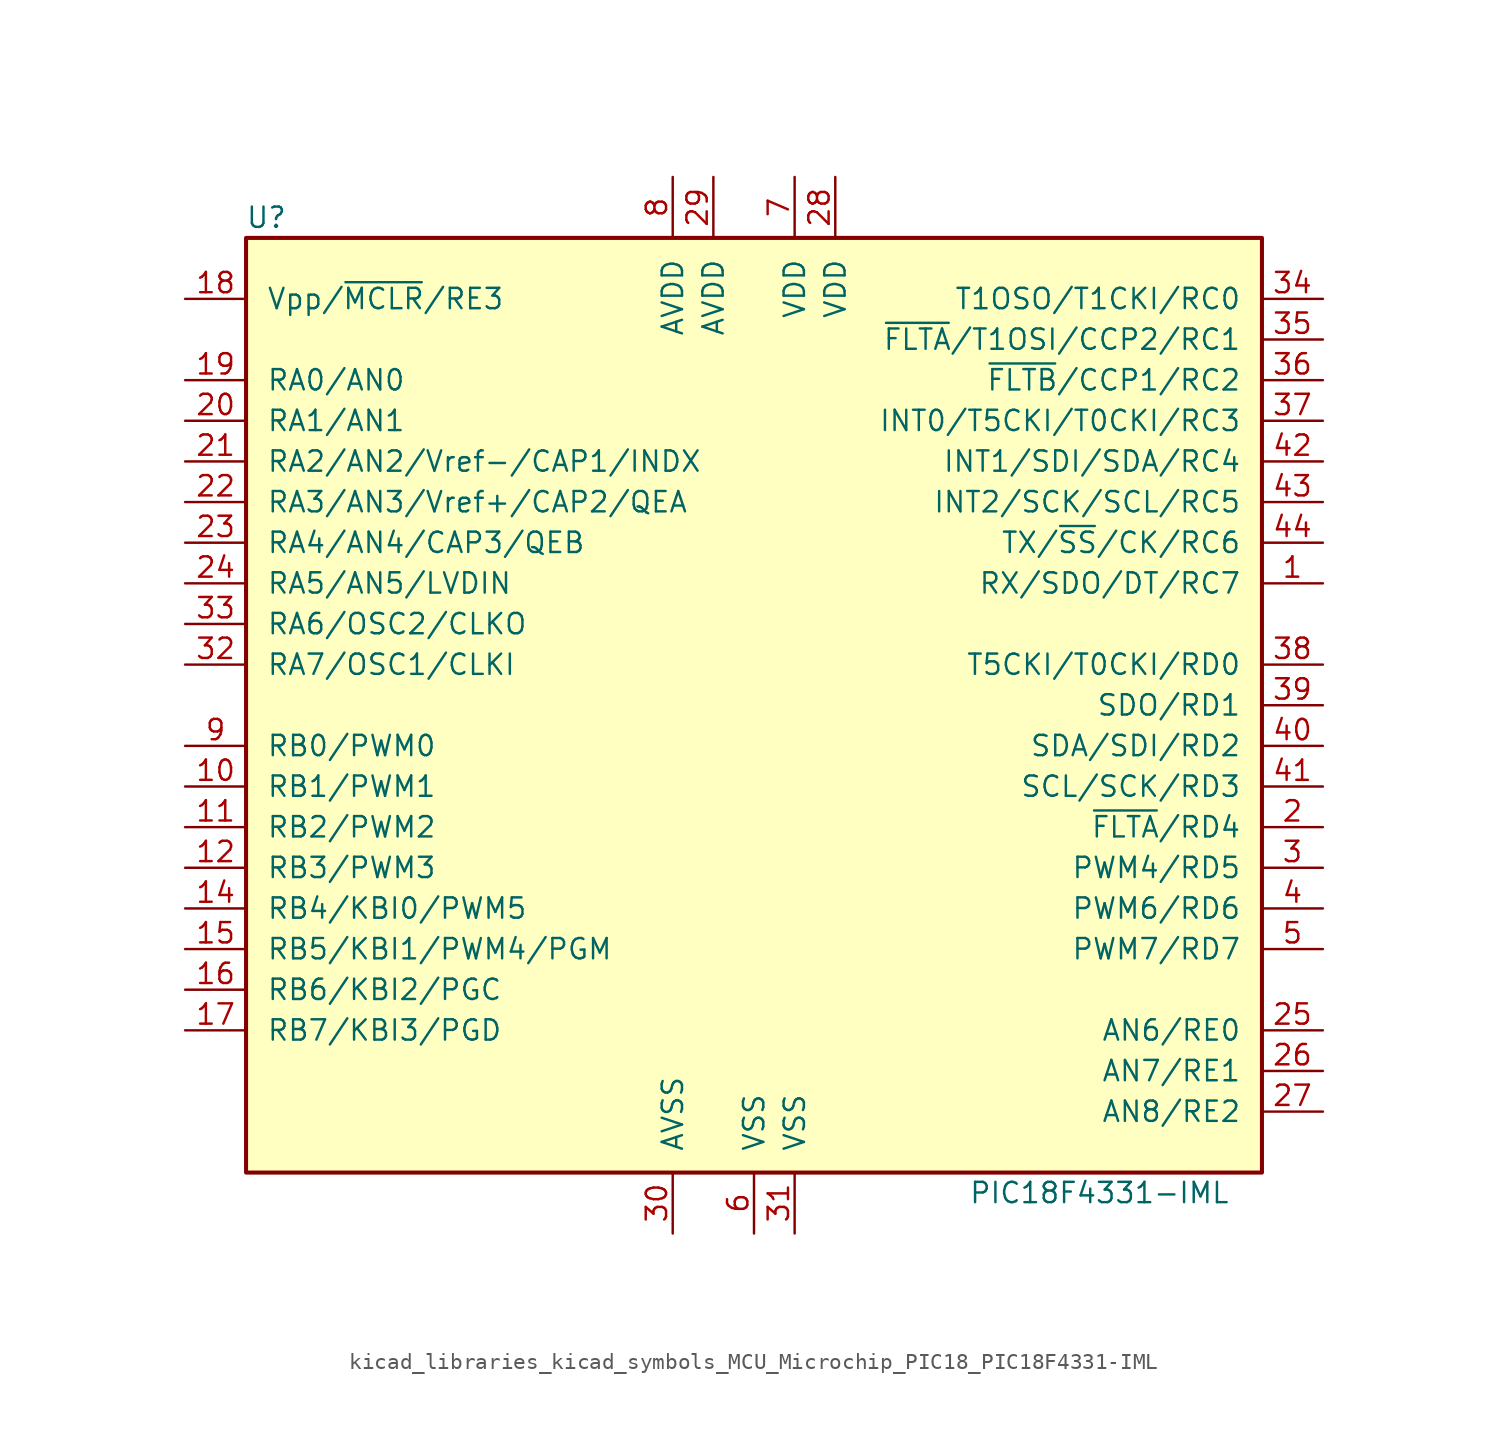
<source format=kicad_sym>
(kicad_symbol_lib
  (version 20220914)
  (generator kicad_symbol_editor)
  (symbol "kicad_libraries_kicad_symbols_MCU_Microchip_PIC18_PIC18F4331-IML"
    (pin_names
      (offset 1.27))
    (property "Reference" "U"
      (at -30.48 30.48 0)
      (effects (font (size 1.27 1.27))))
    (property "Value" "PIC18F4331-IML"
      (at 21.59 -30.48 0)
      (effects (font (size 1.27 1.27))))
    (symbol "kicad_libraries_kicad_symbols_MCU_Microchip_PIC18_PIC18F4331-IML_0_1"
      (rectangle (start -31.75 29.21) (end 31.75 -29.21) (stroke (width 0.254) (type default)) (fill (type background))))
    (symbol "kicad_libraries_kicad_symbols_MCU_Microchip_PIC18_PIC18F4331-IML_1_1"
      (pin bidirectional line (at 35.56 7.62 180) (length 3.81) (name "RX/SDO/DT/RC7" (effects (font (size 1.27 1.27)))) (number "1" (effects (font (size 1.27 1.27)))))
      (pin bidirectional line (at -35.56 -5.08 0) (length 3.81) (name "RB1/PWM1" (effects (font (size 1.27 1.27)))) (number "10" (effects (font (size 1.27 1.27)))))
      (pin bidirectional line (at -35.56 -7.62 0) (length 3.81) (name "RB2/PWM2" (effects (font (size 1.27 1.27)))) (number "11" (effects (font (size 1.27 1.27)))))
      (pin bidirectional line (at -35.56 -10.16 0) (length 3.81) (name "RB3/PWM3" (effects (font (size 1.27 1.27)))) (number "12" (effects (font (size 1.27 1.27)))))
      (pin no_connect line (at -10.16 -29.21 90) (length 3.81) hide (name "NC" (effects (font (size 1.27 1.27)))) (number "13" (effects (font (size 1.27 1.27)))))
      (pin bidirectional line (at -35.56 -12.7 0) (length 3.81) (name "RB4/KBI0/PWM5" (effects (font (size 1.27 1.27)))) (number "14" (effects (font (size 1.27 1.27)))))
      (pin bidirectional line (at -35.56 -15.24 0) (length 3.81) (name "RB5/KBI1/PWM4/PGM" (effects (font (size 1.27 1.27)))) (number "15" (effects (font (size 1.27 1.27)))))
      (pin bidirectional line (at -35.56 -17.78 0) (length 3.81) (name "RB6/KBI2/PGC" (effects (font (size 1.27 1.27)))) (number "16" (effects (font (size 1.27 1.27)))))
      (pin bidirectional line (at -35.56 -20.32 0) (length 3.81) (name "RB7/KBI3/PGD" (effects (font (size 1.27 1.27)))) (number "17" (effects (font (size 1.27 1.27)))))
      (pin input line (at -35.56 25.4 0) (length 3.81) (name "Vpp/~{MCLR}/RE3" (effects (font (size 1.27 1.27)))) (number "18" (effects (font (size 1.27 1.27)))))
      (pin bidirectional line (at -35.56 20.32 0) (length 3.81) (name "RA0/AN0" (effects (font (size 1.27 1.27)))) (number "19" (effects (font (size 1.27 1.27)))))
      (pin bidirectional line (at 35.56 -7.62 180) (length 3.81) (name "~{FLTA}/RD4" (effects (font (size 1.27 1.27)))) (number "2" (effects (font (size 1.27 1.27)))))
      (pin bidirectional line (at -35.56 17.78 0) (length 3.81) (name "RA1/AN1" (effects (font (size 1.27 1.27)))) (number "20" (effects (font (size 1.27 1.27)))))
      (pin bidirectional line (at -35.56 15.24 0) (length 3.81) (name "RA2/AN2/Vref-/CAP1/INDX" (effects (font (size 1.27 1.27)))) (number "21" (effects (font (size 1.27 1.27)))))
      (pin bidirectional line (at -35.56 12.7 0) (length 3.81) (name "RA3/AN3/Vref+/CAP2/QEA" (effects (font (size 1.27 1.27)))) (number "22" (effects (font (size 1.27 1.27)))))
      (pin bidirectional line (at -35.56 10.16 0) (length 3.81) (name "RA4/AN4/CAP3/QEB" (effects (font (size 1.27 1.27)))) (number "23" (effects (font (size 1.27 1.27)))))
      (pin bidirectional line (at -35.56 7.62 0) (length 3.81) (name "RA5/AN5/LVDIN" (effects (font (size 1.27 1.27)))) (number "24" (effects (font (size 1.27 1.27)))))
      (pin bidirectional line (at 35.56 -20.32 180) (length 3.81) (name "AN6/RE0" (effects (font (size 1.27 1.27)))) (number "25" (effects (font (size 1.27 1.27)))))
      (pin bidirectional line (at 35.56 -22.86 180) (length 3.81) (name "AN7/RE1" (effects (font (size 1.27 1.27)))) (number "26" (effects (font (size 1.27 1.27)))))
      (pin bidirectional line (at 35.56 -25.4 180) (length 3.81) (name "AN8/RE2" (effects (font (size 1.27 1.27)))) (number "27" (effects (font (size 1.27 1.27)))))
      (pin power_in line (at 5.08 33.02 270) (length 3.81) (name "VDD" (effects (font (size 1.27 1.27)))) (number "28" (effects (font (size 1.27 1.27)))))
      (pin power_in line (at -2.54 33.02 270) (length 3.81) (name "AVDD" (effects (font (size 1.27 1.27)))) (number "29" (effects (font (size 1.27 1.27)))))
      (pin bidirectional line (at 35.56 -10.16 180) (length 3.81) (name "PWM4/RD5" (effects (font (size 1.27 1.27)))) (number "3" (effects (font (size 1.27 1.27)))))
      (pin power_in line (at -5.08 -33.02 90) (length 3.81) (name "AVSS" (effects (font (size 1.27 1.27)))) (number "30" (effects (font (size 1.27 1.27)))))
      (pin power_in line (at 2.54 -33.02 90) (length 3.81) (name "VSS" (effects (font (size 1.27 1.27)))) (number "31" (effects (font (size 1.27 1.27)))))
      (pin bidirectional line (at -35.56 2.54 0) (length 3.81) (name "RA7/OSC1/CLKI" (effects (font (size 1.27 1.27)))) (number "32" (effects (font (size 1.27 1.27)))))
      (pin bidirectional line (at -35.56 5.08 0) (length 3.81) (name "RA6/OSC2/CLKO" (effects (font (size 1.27 1.27)))) (number "33" (effects (font (size 1.27 1.27)))))
      (pin bidirectional line (at 35.56 25.4 180) (length 3.81) (name "T1OSO/T1CKI/RC0" (effects (font (size 1.27 1.27)))) (number "34" (effects (font (size 1.27 1.27)))))
      (pin bidirectional line (at 35.56 22.86 180) (length 3.81) (name "~{FLTA}/T1OSI/CCP2/RC1" (effects (font (size 1.27 1.27)))) (number "35" (effects (font (size 1.27 1.27)))))
      (pin bidirectional line (at 35.56 20.32 180) (length 3.81) (name "~{FLTB}/CCP1/RC2" (effects (font (size 1.27 1.27)))) (number "36" (effects (font (size 1.27 1.27)))))
      (pin bidirectional line (at 35.56 17.78 180) (length 3.81) (name "INT0/T5CKI/T0CKI/RC3" (effects (font (size 1.27 1.27)))) (number "37" (effects (font (size 1.27 1.27)))))
      (pin bidirectional line (at 35.56 2.54 180) (length 3.81) (name "T5CKI/T0CKI/RD0" (effects (font (size 1.27 1.27)))) (number "38" (effects (font (size 1.27 1.27)))))
      (pin bidirectional line (at 35.56 0 180) (length 3.81) (name "SDO/RD1" (effects (font (size 1.27 1.27)))) (number "39" (effects (font (size 1.27 1.27)))))
      (pin bidirectional line (at 35.56 -12.7 180) (length 3.81) (name "PWM6/RD6" (effects (font (size 1.27 1.27)))) (number "4" (effects (font (size 1.27 1.27)))))
      (pin bidirectional line (at 35.56 -2.54 180) (length 3.81) (name "SDA/SDI/RD2" (effects (font (size 1.27 1.27)))) (number "40" (effects (font (size 1.27 1.27)))))
      (pin bidirectional line (at 35.56 -5.08 180) (length 3.81) (name "SCL/SCK/RD3" (effects (font (size 1.27 1.27)))) (number "41" (effects (font (size 1.27 1.27)))))
      (pin bidirectional line (at 35.56 15.24 180) (length 3.81) (name "INT1/SDI/SDA/RC4" (effects (font (size 1.27 1.27)))) (number "42" (effects (font (size 1.27 1.27)))))
      (pin bidirectional line (at 35.56 12.7 180) (length 3.81) (name "INT2/SCK/SCL/RC5" (effects (font (size 1.27 1.27)))) (number "43" (effects (font (size 1.27 1.27)))))
      (pin bidirectional line (at 35.56 10.16 180) (length 3.81) (name "TX/~{SS}/CK/RC6" (effects (font (size 1.27 1.27)))) (number "44" (effects (font (size 1.27 1.27)))))
      (pin bidirectional line (at 35.56 -15.24 180) (length 3.81) (name "PWM7/RD7" (effects (font (size 1.27 1.27)))) (number "5" (effects (font (size 1.27 1.27)))))
      (pin power_in line (at 0 -33.02 90) (length 3.81) (name "VSS" (effects (font (size 1.27 1.27)))) (number "6" (effects (font (size 1.27 1.27)))))
      (pin power_in line (at 2.54 33.02 270) (length 3.81) (name "VDD" (effects (font (size 1.27 1.27)))) (number "7" (effects (font (size 1.27 1.27)))))
      (pin power_in line (at -5.08 33.02 270) (length 3.81) (name "AVDD" (effects (font (size 1.27 1.27)))) (number "8" (effects (font (size 1.27 1.27)))))
      (pin bidirectional line (at -35.56 -2.54 0) (length 3.81) (name "RB0/PWM0" (effects (font (size 1.27 1.27)))) (number "9" (effects (font (size 1.27 1.27))))))))
</source>
